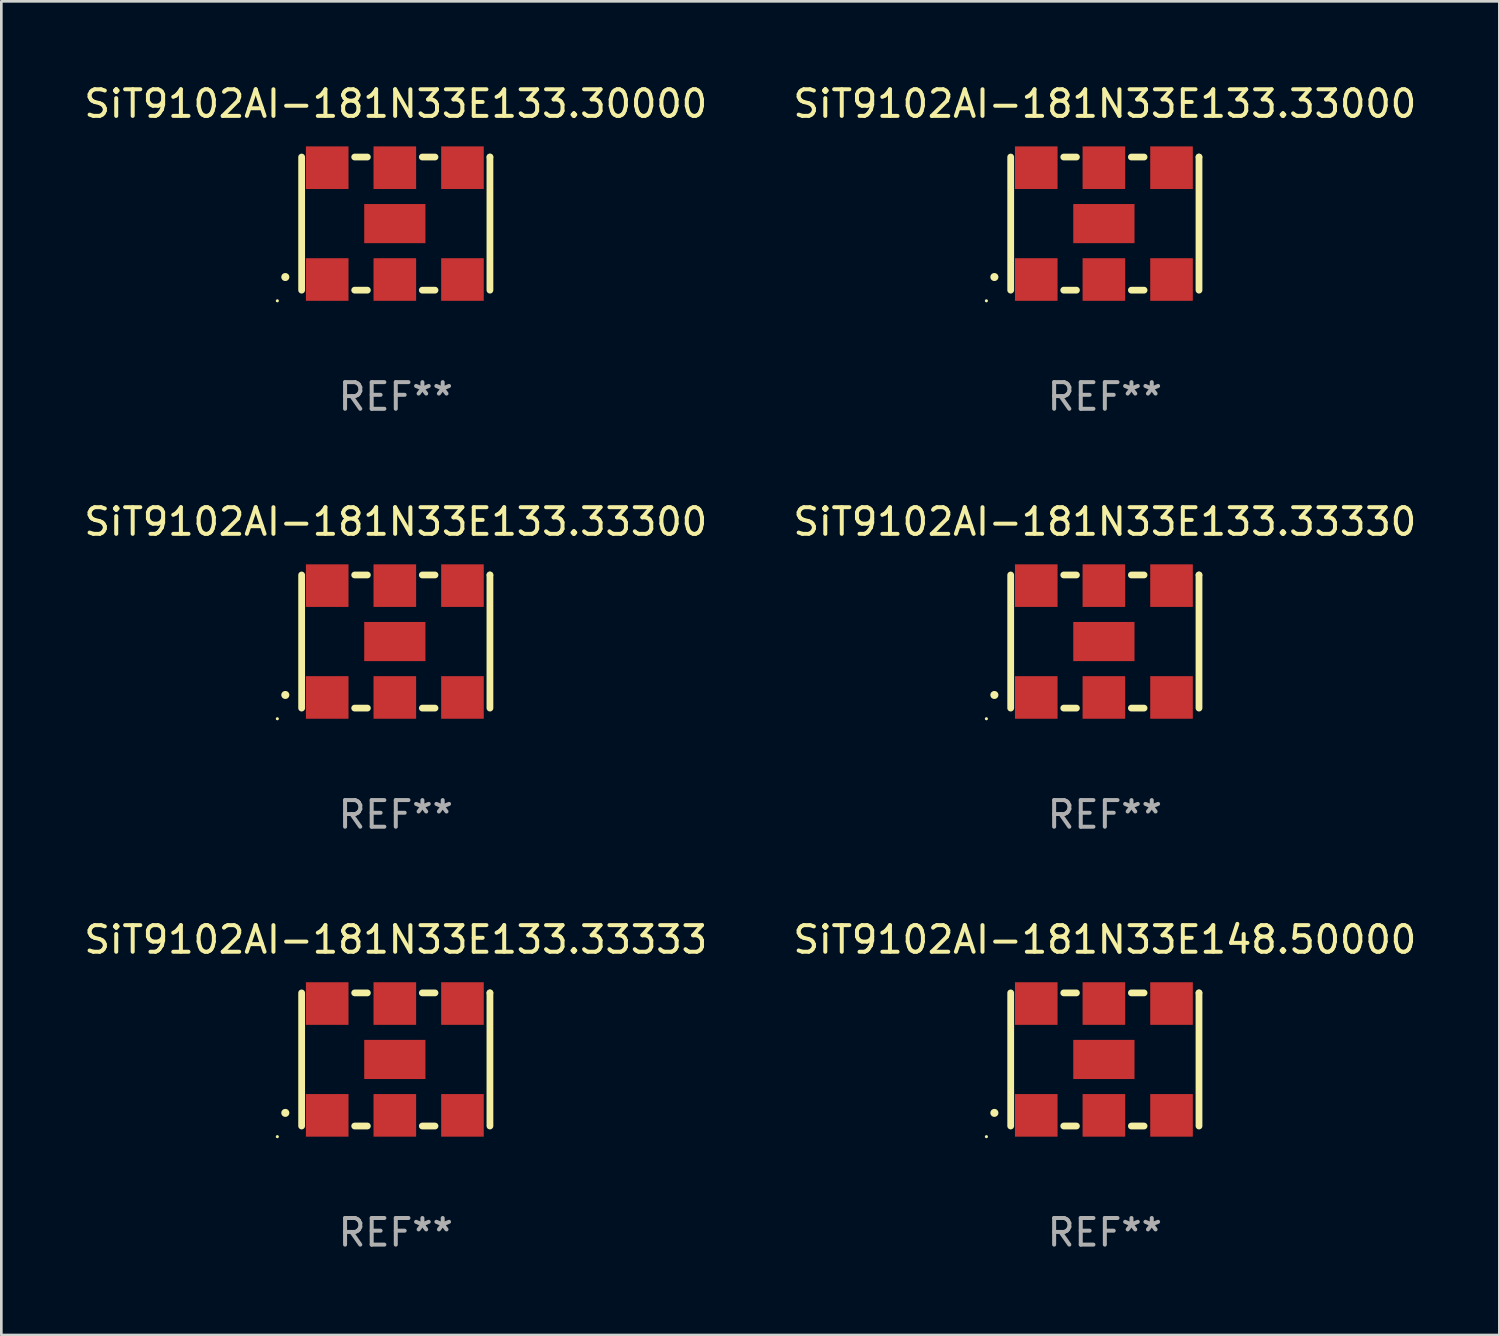
<source format=kicad_pcb>
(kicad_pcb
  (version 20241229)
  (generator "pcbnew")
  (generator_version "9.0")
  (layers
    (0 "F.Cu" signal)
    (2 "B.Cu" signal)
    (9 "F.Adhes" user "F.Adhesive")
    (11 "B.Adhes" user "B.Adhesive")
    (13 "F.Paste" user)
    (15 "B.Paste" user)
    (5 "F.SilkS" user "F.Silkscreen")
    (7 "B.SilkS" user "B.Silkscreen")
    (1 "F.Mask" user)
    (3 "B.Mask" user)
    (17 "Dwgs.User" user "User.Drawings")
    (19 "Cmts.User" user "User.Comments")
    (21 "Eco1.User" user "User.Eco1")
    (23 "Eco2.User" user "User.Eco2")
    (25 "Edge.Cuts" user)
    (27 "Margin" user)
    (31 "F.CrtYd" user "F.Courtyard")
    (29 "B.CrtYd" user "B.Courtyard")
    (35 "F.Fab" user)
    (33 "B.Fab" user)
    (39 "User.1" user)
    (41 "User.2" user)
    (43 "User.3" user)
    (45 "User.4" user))
  (footprint "SiT9102AI-181N33E148.50000"
    (layer "F.Cu")
    (at 38.446 36.741)
    (property "Reference" "SiT9102AI-181N33E148.50000" (at 0 -4.5 0) (layer "F.SilkS") (effects (font (size 1 1) (thickness 0.15))))
    (attr through_hole)
    (fp_line (start -3.536 -2.5) (end -3.536 2.5) (stroke (width 0.254) (type solid)) (layer "F.SilkS"))
    (fp_line (start -1.544 2.5) (end -1.067 2.5) (stroke (width 0.254) (type solid)) (layer "F.SilkS"))
    (fp_line (start -1.067 -2.5) (end -1.544 -2.5) (stroke (width 0.254) (type solid)) (layer "F.SilkS"))
    (fp_line (start 0.996 2.5) (end 1.473 2.5) (stroke (width 0.254) (type solid)) (layer "F.SilkS"))
    (fp_line (start 1.473 -2.5) (end 0.996 -2.5) (stroke (width 0.254) (type solid)) (layer "F.SilkS"))
    (fp_line (start 3.536 -2.5) (end 3.536 -2.5) (stroke (width 0.254) (type solid)) (layer "F.SilkS"))
    (fp_line (start 3.536 2.5) (end 3.536 -2.5) (stroke (width 0.254) (type solid)) (layer "F.SilkS"))
    (fp_arc (start -4.150432 2.006604) (mid -4.149162 2.006599) (end -4.147892 2.006604) (stroke (width 0.3) (type solid)) (layer "F.SilkS"))
    (fp_circle (center -4.449 2.9) (end -4.419 2.9) (stroke (width 0.06) (type solid)) (fill no) (layer "F.SilkS"))
    (fp_text user "REF**" (at 0 6.5 0) (layer "F.Fab") (effects (font (size 1 1) (thickness 0.15))))
    (pad "1" smd rect (at -2.576 2.1) (size 1.6 1.6) (layers "F.Cu" "F.Mask" "F.Paste"))
    (pad "2" smd rect (at -0.036 2.1) (size 1.6 1.6) (layers "F.Cu" "F.Mask" "F.Paste"))
    (pad "3" smd rect (at 2.504 2.1) (size 1.6 1.6) (layers "F.Cu" "F.Mask" "F.Paste"))
    (pad "4" smd rect (at 2.504 -2.1) (size 1.6 1.6) (layers "F.Cu" "F.Mask" "F.Paste"))
    (pad "5" smd rect (at -0.036 -2.1) (size 1.6 1.6) (layers "F.Cu" "F.Mask" "F.Paste"))
    (pad "6" smd rect (at -2.576 -2.1) (size 1.6 1.6) (layers "F.Cu" "F.Mask" "F.Paste"))
    (pad "7" smd rect (at -0.036 0) (size 2.3 1.47) (layers "F.Cu" "F.Mask" "F.Paste")))
  (footprint "SiT9102AI-181N33E133.33330"
    (layer "F.Cu")
    (at 38.446 21.045)
    (property "Reference" "SiT9102AI-181N33E133.33330" (at 0 -4.5 0) (layer "F.SilkS") (effects (font (size 1 1) (thickness 0.15))))
    (attr through_hole)
    (fp_line (start -3.536 -2.5) (end -3.536 2.5) (stroke (width 0.254) (type solid)) (layer "F.SilkS"))
    (fp_line (start -1.544 2.5) (end -1.067 2.5) (stroke (width 0.254) (type solid)) (layer "F.SilkS"))
    (fp_line (start -1.067 -2.5) (end -1.544 -2.5) (stroke (width 0.254) (type solid)) (layer "F.SilkS"))
    (fp_line (start 0.996 2.5) (end 1.473 2.5) (stroke (width 0.254) (type solid)) (layer "F.SilkS"))
    (fp_line (start 1.473 -2.5) (end 0.996 -2.5) (stroke (width 0.254) (type solid)) (layer "F.SilkS"))
    (fp_line (start 3.536 -2.5) (end 3.536 -2.5) (stroke (width 0.254) (type solid)) (layer "F.SilkS"))
    (fp_line (start 3.536 2.5) (end 3.536 -2.5) (stroke (width 0.254) (type solid)) (layer "F.SilkS"))
    (fp_arc (start -4.150432 2.006604) (mid -4.149162 2.006599) (end -4.147892 2.006604) (stroke (width 0.3) (type solid)) (layer "F.SilkS"))
    (fp_circle (center -4.449 2.9) (end -4.419 2.9) (stroke (width 0.06) (type solid)) (fill no) (layer "F.SilkS"))
    (fp_text user "REF**" (at 0 6.5 0) (layer "F.Fab") (effects (font (size 1 1) (thickness 0.15))))
    (pad "1" smd rect (at -2.576 2.1) (size 1.6 1.6) (layers "F.Cu" "F.Mask" "F.Paste"))
    (pad "2" smd rect (at -0.036 2.1) (size 1.6 1.6) (layers "F.Cu" "F.Mask" "F.Paste"))
    (pad "3" smd rect (at 2.504 2.1) (size 1.6 1.6) (layers "F.Cu" "F.Mask" "F.Paste"))
    (pad "4" smd rect (at 2.504 -2.1) (size 1.6 1.6) (layers "F.Cu" "F.Mask" "F.Paste"))
    (pad "5" smd rect (at -0.036 -2.1) (size 1.6 1.6) (layers "F.Cu" "F.Mask" "F.Paste"))
    (pad "6" smd rect (at -2.576 -2.1) (size 1.6 1.6) (layers "F.Cu" "F.Mask" "F.Paste"))
    (pad "7" smd rect (at -0.036 0) (size 2.3 1.47) (layers "F.Cu" "F.Mask" "F.Paste")))
  (footprint "SiT9102AI-181N33E133.33000"
    (layer "F.Cu")
    (at 38.446 5.348)
    (property "Reference" "SiT9102AI-181N33E133.33000" (at 0 -4.5 0) (layer "F.SilkS") (effects (font (size 1 1) (thickness 0.15))))
    (attr through_hole)
    (fp_line (start -3.536 -2.5) (end -3.536 2.5) (stroke (width 0.254) (type solid)) (layer "F.SilkS"))
    (fp_line (start -1.544 2.5) (end -1.067 2.5) (stroke (width 0.254) (type solid)) (layer "F.SilkS"))
    (fp_line (start -1.067 -2.5) (end -1.544 -2.5) (stroke (width 0.254) (type solid)) (layer "F.SilkS"))
    (fp_line (start 0.996 2.5) (end 1.473 2.5) (stroke (width 0.254) (type solid)) (layer "F.SilkS"))
    (fp_line (start 1.473 -2.5) (end 0.996 -2.5) (stroke (width 0.254) (type solid)) (layer "F.SilkS"))
    (fp_line (start 3.536 -2.5) (end 3.536 -2.5) (stroke (width 0.254) (type solid)) (layer "F.SilkS"))
    (fp_line (start 3.536 2.5) (end 3.536 -2.5) (stroke (width 0.254) (type solid)) (layer "F.SilkS"))
    (fp_arc (start -4.150432 2.006604) (mid -4.149162 2.006599) (end -4.147892 2.006604) (stroke (width 0.3) (type solid)) (layer "F.SilkS"))
    (fp_circle (center -4.449 2.9) (end -4.419 2.9) (stroke (width 0.06) (type solid)) (fill no) (layer "F.SilkS"))
    (fp_text user "REF**" (at 0 6.5 0) (layer "F.Fab") (effects (font (size 1 1) (thickness 0.15))))
    (pad "1" smd rect (at -2.576 2.1) (size 1.6 1.6) (layers "F.Cu" "F.Mask" "F.Paste"))
    (pad "2" smd rect (at -0.036 2.1) (size 1.6 1.6) (layers "F.Cu" "F.Mask" "F.Paste"))
    (pad "3" smd rect (at 2.504 2.1) (size 1.6 1.6) (layers "F.Cu" "F.Mask" "F.Paste"))
    (pad "4" smd rect (at 2.504 -2.1) (size 1.6 1.6) (layers "F.Cu" "F.Mask" "F.Paste"))
    (pad "5" smd rect (at -0.036 -2.1) (size 1.6 1.6) (layers "F.Cu" "F.Mask" "F.Paste"))
    (pad "6" smd rect (at -2.576 -2.1) (size 1.6 1.6) (layers "F.Cu" "F.Mask" "F.Paste"))
    (pad "7" smd rect (at -0.036 0) (size 2.3 1.47) (layers "F.Cu" "F.Mask" "F.Paste")))
  (footprint "SiT9102AI-181N33E133.33300"
    (layer "F.Cu")
    (at 11.815 21.045)
    (property "Reference" "SiT9102AI-181N33E133.33300" (at 0 -4.5 0) (layer "F.SilkS") (effects (font (size 1 1) (thickness 0.15))))
    (attr through_hole)
    (fp_line (start -3.536 -2.5) (end -3.536 2.5) (stroke (width 0.254) (type solid)) (layer "F.SilkS"))
    (fp_line (start -1.544 2.5) (end -1.067 2.5) (stroke (width 0.254) (type solid)) (layer "F.SilkS"))
    (fp_line (start -1.067 -2.5) (end -1.544 -2.5) (stroke (width 0.254) (type solid)) (layer "F.SilkS"))
    (fp_line (start 0.996 2.5) (end 1.473 2.5) (stroke (width 0.254) (type solid)) (layer "F.SilkS"))
    (fp_line (start 1.473 -2.5) (end 0.996 -2.5) (stroke (width 0.254) (type solid)) (layer "F.SilkS"))
    (fp_line (start 3.536 -2.5) (end 3.536 -2.5) (stroke (width 0.254) (type solid)) (layer "F.SilkS"))
    (fp_line (start 3.536 2.5) (end 3.536 -2.5) (stroke (width 0.254) (type solid)) (layer "F.SilkS"))
    (fp_arc (start -4.150432 2.006604) (mid -4.149162 2.006599) (end -4.147892 2.006604) (stroke (width 0.3) (type solid)) (layer "F.SilkS"))
    (fp_circle (center -4.449 2.9) (end -4.419 2.9) (stroke (width 0.06) (type solid)) (fill no) (layer "F.SilkS"))
    (fp_text user "REF**" (at 0 6.5 0) (layer "F.Fab") (effects (font (size 1 1) (thickness 0.15))))
    (pad "1" smd rect (at -2.576 2.1) (size 1.6 1.6) (layers "F.Cu" "F.Mask" "F.Paste"))
    (pad "2" smd rect (at -0.036 2.1) (size 1.6 1.6) (layers "F.Cu" "F.Mask" "F.Paste"))
    (pad "3" smd rect (at 2.504 2.1) (size 1.6 1.6) (layers "F.Cu" "F.Mask" "F.Paste"))
    (pad "4" smd rect (at 2.504 -2.1) (size 1.6 1.6) (layers "F.Cu" "F.Mask" "F.Paste"))
    (pad "5" smd rect (at -0.036 -2.1) (size 1.6 1.6) (layers "F.Cu" "F.Mask" "F.Paste"))
    (pad "6" smd rect (at -2.576 -2.1) (size 1.6 1.6) (layers "F.Cu" "F.Mask" "F.Paste"))
    (pad "7" smd rect (at -0.036 0) (size 2.3 1.47) (layers "F.Cu" "F.Mask" "F.Paste")))
  (footprint "SiT9102AI-181N33E133.30000"
    (layer "F.Cu")
    (at 11.815 5.348)
    (property "Reference" "SiT9102AI-181N33E133.30000" (at 0 -4.5 0) (layer "F.SilkS") (effects (font (size 1 1) (thickness 0.15))))
    (attr through_hole)
    (fp_line (start -3.536 -2.5) (end -3.536 2.5) (stroke (width 0.254) (type solid)) (layer "F.SilkS"))
    (fp_line (start -1.544 2.5) (end -1.067 2.5) (stroke (width 0.254) (type solid)) (layer "F.SilkS"))
    (fp_line (start -1.067 -2.5) (end -1.544 -2.5) (stroke (width 0.254) (type solid)) (layer "F.SilkS"))
    (fp_line (start 0.996 2.5) (end 1.473 2.5) (stroke (width 0.254) (type solid)) (layer "F.SilkS"))
    (fp_line (start 1.473 -2.5) (end 0.996 -2.5) (stroke (width 0.254) (type solid)) (layer "F.SilkS"))
    (fp_line (start 3.536 -2.5) (end 3.536 -2.5) (stroke (width 0.254) (type solid)) (layer "F.SilkS"))
    (fp_line (start 3.536 2.5) (end 3.536 -2.5) (stroke (width 0.254) (type solid)) (layer "F.SilkS"))
    (fp_arc (start -4.150432 2.006604) (mid -4.149162 2.006599) (end -4.147892 2.006604) (stroke (width 0.3) (type solid)) (layer "F.SilkS"))
    (fp_circle (center -4.449 2.9) (end -4.419 2.9) (stroke (width 0.06) (type solid)) (fill no) (layer "F.SilkS"))
    (fp_text user "REF**" (at 0 6.5 0) (layer "F.Fab") (effects (font (size 1 1) (thickness 0.15))))
    (pad "1" smd rect (at -2.576 2.1) (size 1.6 1.6) (layers "F.Cu" "F.Mask" "F.Paste"))
    (pad "2" smd rect (at -0.036 2.1) (size 1.6 1.6) (layers "F.Cu" "F.Mask" "F.Paste"))
    (pad "3" smd rect (at 2.504 2.1) (size 1.6 1.6) (layers "F.Cu" "F.Mask" "F.Paste"))
    (pad "4" smd rect (at 2.504 -2.1) (size 1.6 1.6) (layers "F.Cu" "F.Mask" "F.Paste"))
    (pad "5" smd rect (at -0.036 -2.1) (size 1.6 1.6) (layers "F.Cu" "F.Mask" "F.Paste"))
    (pad "6" smd rect (at -2.576 -2.1) (size 1.6 1.6) (layers "F.Cu" "F.Mask" "F.Paste"))
    (pad "7" smd rect (at -0.036 0) (size 2.3 1.47) (layers "F.Cu" "F.Mask" "F.Paste")))
  (footprint "SiT9102AI-181N33E133.33333"
    (layer "F.Cu")
    (at 11.815 36.741)
    (property "Reference" "SiT9102AI-181N33E133.33333" (at 0 -4.5 0) (layer "F.SilkS") (effects (font (size 1 1) (thickness 0.15))))
    (attr through_hole)
    (fp_line (start -3.536 -2.5) (end -3.536 2.5) (stroke (width 0.254) (type solid)) (layer "F.SilkS"))
    (fp_line (start -1.544 2.5) (end -1.067 2.5) (stroke (width 0.254) (type solid)) (layer "F.SilkS"))
    (fp_line (start -1.067 -2.5) (end -1.544 -2.5) (stroke (width 0.254) (type solid)) (layer "F.SilkS"))
    (fp_line (start 0.996 2.5) (end 1.473 2.5) (stroke (width 0.254) (type solid)) (layer "F.SilkS"))
    (fp_line (start 1.473 -2.5) (end 0.996 -2.5) (stroke (width 0.254) (type solid)) (layer "F.SilkS"))
    (fp_line (start 3.536 -2.5) (end 3.536 -2.5) (stroke (width 0.254) (type solid)) (layer "F.SilkS"))
    (fp_line (start 3.536 2.5) (end 3.536 -2.5) (stroke (width 0.254) (type solid)) (layer "F.SilkS"))
    (fp_arc (start -4.150432 2.006604) (mid -4.149162 2.006599) (end -4.147892 2.006604) (stroke (width 0.3) (type solid)) (layer "F.SilkS"))
    (fp_circle (center -4.449 2.9) (end -4.419 2.9) (stroke (width 0.06) (type solid)) (fill no) (layer "F.SilkS"))
    (fp_text user "REF**" (at 0 6.5 0) (layer "F.Fab") (effects (font (size 1 1) (thickness 0.15))))
    (pad "1" smd rect (at -2.576 2.1) (size 1.6 1.6) (layers "F.Cu" "F.Mask" "F.Paste"))
    (pad "2" smd rect (at -0.036 2.1) (size 1.6 1.6) (layers "F.Cu" "F.Mask" "F.Paste"))
    (pad "3" smd rect (at 2.504 2.1) (size 1.6 1.6) (layers "F.Cu" "F.Mask" "F.Paste"))
    (pad "4" smd rect (at 2.504 -2.1) (size 1.6 1.6) (layers "F.Cu" "F.Mask" "F.Paste"))
    (pad "5" smd rect (at -0.036 -2.1) (size 1.6 1.6) (layers "F.Cu" "F.Mask" "F.Paste"))
    (pad "6" smd rect (at -2.576 -2.1) (size 1.6 1.6) (layers "F.Cu" "F.Mask" "F.Paste"))
    (pad "7" smd rect (at -0.036 0) (size 2.3 1.47) (layers "F.Cu" "F.Mask" "F.Paste")))
  (gr_rect
    (start -3 -3)
    (end 53.262 47.09)
    (stroke (width 0.1) (type default))
    (fill no)
    (layer "Edge.Cuts")))
</source>
